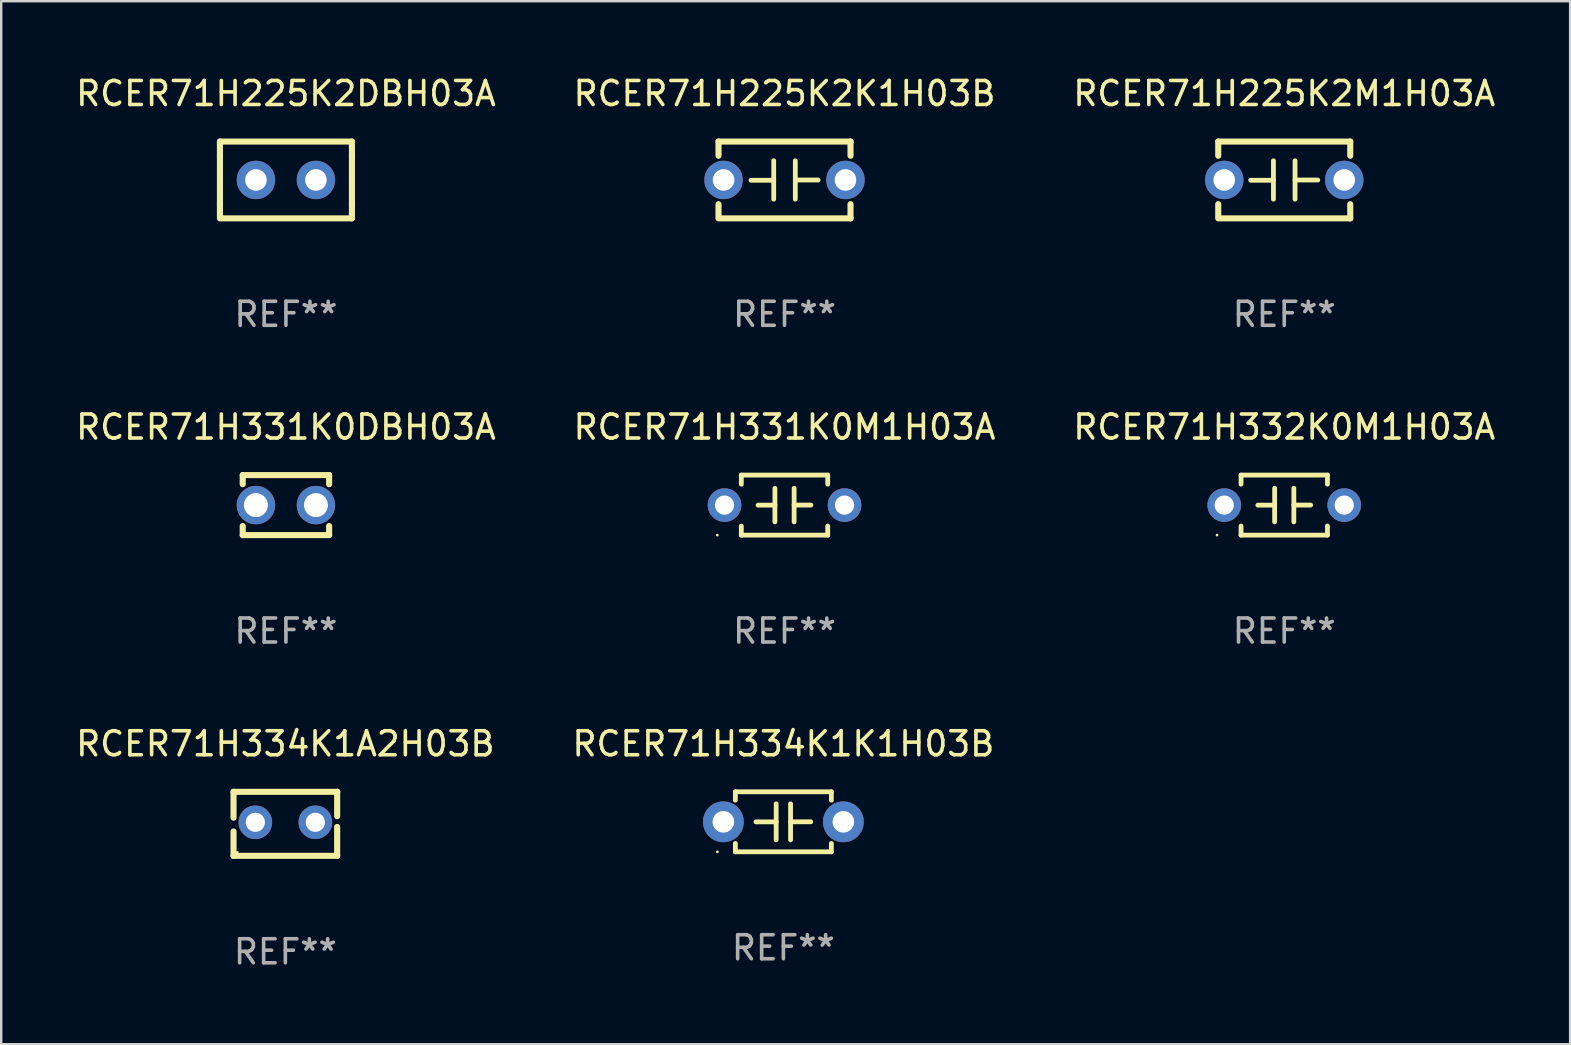
<source format=kicad_pcb>
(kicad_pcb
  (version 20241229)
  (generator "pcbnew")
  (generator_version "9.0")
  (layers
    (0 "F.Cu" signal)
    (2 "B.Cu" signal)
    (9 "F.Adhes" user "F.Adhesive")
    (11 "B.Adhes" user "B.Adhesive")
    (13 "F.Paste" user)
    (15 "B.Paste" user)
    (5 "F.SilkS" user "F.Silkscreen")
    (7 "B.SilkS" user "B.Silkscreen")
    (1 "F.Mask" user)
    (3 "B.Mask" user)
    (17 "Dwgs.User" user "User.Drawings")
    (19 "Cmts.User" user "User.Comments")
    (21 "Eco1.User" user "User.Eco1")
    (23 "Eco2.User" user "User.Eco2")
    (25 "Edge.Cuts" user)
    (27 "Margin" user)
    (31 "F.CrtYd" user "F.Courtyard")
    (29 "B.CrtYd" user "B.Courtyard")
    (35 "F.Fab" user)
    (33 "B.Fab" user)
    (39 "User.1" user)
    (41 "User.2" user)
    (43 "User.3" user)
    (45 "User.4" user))
  (footprint "RCER71H334K1A2H03B"
    (layer "F.Cu")
    (at 8.839 31.275)
    (property "Reference" "RCER71H334K1A2H03B" (at 0 -3.334 0) (layer "F.SilkS") (effects (font (size 1 1) (thickness 0.15))))
    (attr through_hole)
    (fp_line (start -2.159 -1.334) (end 2.159 -1.334) (stroke (width 0.254) (type solid)) (layer "F.SilkS"))
    (fp_line (start -2.159 -0.256) (end -2.159 -1.334) (stroke (width 0.254) (type solid)) (layer "F.SilkS"))
    (fp_line (start -2.159 1.334) (end -2.159 0.318) (stroke (width 0.254) (type solid)) (layer "F.SilkS"))
    (fp_line (start 2.159 -1.334) (end 2.159 -1.334) (stroke (width 0.254) (type solid)) (layer "F.SilkS"))
    (fp_line (start 2.159 -1.334) (end 2.159 -0.318) (stroke (width 0.254) (type solid)) (layer "F.SilkS"))
    (fp_line (start 2.159 0.129) (end 2.159 1.334) (stroke (width 0.254) (type solid)) (layer "F.SilkS"))
    (fp_line (start 2.159 1.334) (end -2.159 1.334) (stroke (width 0.254) (type solid)) (layer "F.SilkS"))
    (fp_circle (center -2 1.186) (end -1.97 1.186) (stroke (width 0.06) (type solid)) (fill no) (layer "F.SilkS"))
    (fp_text user "REF**" (at 0 5.334 0) (layer "F.Fab") (effects (font (size 1 1) (thickness 0.15))))
    (pad "1" thru_hole circle (at -1.25 -0.064) (size 1.4 1.4) (drill 0.8) (layers "*.Cu" "*.Mask"))
    (pad "2" thru_hole circle (at 1.25 -0.064) (size 1.4 1.4) (drill 0.8) (layers "*.Cu" "*.Mask")))
  (footprint "RCER71H331K0M1H03A"
    (layer "F.Cu")
    (at 29.637 17.995)
    (property "Reference" "RCER71H331K0M1H03A" (at 0 -3.25 0) (layer "F.SilkS") (effects (font (size 1 1) (thickness 0.15))))
    (attr through_hole)
    (fp_line (start -1.8 -1.25) (end -1.8 -0.872) (stroke (width 0.2) (type solid)) (layer "F.SilkS"))
    (fp_line (start -1.8 -1.25) (end 1.8 -1.25) (stroke (width 0.2) (type solid)) (layer "F.SilkS"))
    (fp_line (start -1.8 0.872) (end -1.8 1.25) (stroke (width 0.2) (type solid)) (layer "F.SilkS"))
    (fp_line (start -1.8 1.25) (end 1.8 1.25) (stroke (width 0.2) (type solid)) (layer "F.SilkS"))
    (fp_line (start -0.4 -0.7) (end -0.4 0.7) (stroke (width 0.2) (type solid)) (layer "F.SilkS"))
    (fp_line (start -0.4 0.002) (end -1.1 0.002) (stroke (width 0.2) (type solid)) (layer "F.SilkS"))
    (fp_line (start 0.4 -0.001) (end 1.1 -0.001) (stroke (width 0.2) (type solid)) (layer "F.SilkS"))
    (fp_line (start 0.4 0.7) (end 0.4 -0.7) (stroke (width 0.2) (type solid)) (layer "F.SilkS"))
    (fp_line (start 1.8 -1.25) (end 1.8 -0.872) (stroke (width 0.2) (type solid)) (layer "F.SilkS"))
    (fp_line (start 1.8 0.872) (end 1.8 1.25) (stroke (width 0.2) (type solid)) (layer "F.SilkS"))
    (fp_circle (center -2.8 1.25) (end -2.77 1.25) (stroke (width 0.06) (type solid)) (fill no) (layer "F.SilkS"))
    (fp_text user "REF**" (at 0 5.25 0) (layer "F.Fab") (effects (font (size 1 1) (thickness 0.15))))
    (pad "1" thru_hole circle (at -2.5 0) (size 1.4 1.4) (drill 0.8) (layers "*.Cu" "*.Mask"))
    (pad "2" thru_hole circle (at 2.5 0) (size 1.4 1.4) (drill 0.8) (layers "*.Cu" "*.Mask")))
  (footprint "RCER71H332K0M1H03A"
    (layer "F.Cu")
    (at 50.458 17.995)
    (property "Reference" "RCER71H332K0M1H03A" (at 0 -3.25 0) (layer "F.SilkS") (effects (font (size 1 1) (thickness 0.15))))
    (attr through_hole)
    (fp_line (start -1.8 -1.25) (end -1.8 -0.872) (stroke (width 0.2) (type solid)) (layer "F.SilkS"))
    (fp_line (start -1.8 -1.25) (end 1.8 -1.25) (stroke (width 0.2) (type solid)) (layer "F.SilkS"))
    (fp_line (start -1.8 0.872) (end -1.8 1.25) (stroke (width 0.2) (type solid)) (layer "F.SilkS"))
    (fp_line (start -1.8 1.25) (end 1.8 1.25) (stroke (width 0.2) (type solid)) (layer "F.SilkS"))
    (fp_line (start -0.4 -0.7) (end -0.4 0.7) (stroke (width 0.2) (type solid)) (layer "F.SilkS"))
    (fp_line (start -0.4 0.002) (end -1.1 0.002) (stroke (width 0.2) (type solid)) (layer "F.SilkS"))
    (fp_line (start 0.4 -0.001) (end 1.1 -0.001) (stroke (width 0.2) (type solid)) (layer "F.SilkS"))
    (fp_line (start 0.4 0.7) (end 0.4 -0.7) (stroke (width 0.2) (type solid)) (layer "F.SilkS"))
    (fp_line (start 1.8 -1.25) (end 1.8 -0.872) (stroke (width 0.2) (type solid)) (layer "F.SilkS"))
    (fp_line (start 1.8 0.872) (end 1.8 1.25) (stroke (width 0.2) (type solid)) (layer "F.SilkS"))
    (fp_circle (center -2.8 1.25) (end -2.77 1.25) (stroke (width 0.06) (type solid)) (fill no) (layer "F.SilkS"))
    (fp_text user "REF**" (at 0 5.25 0) (layer "F.Fab") (effects (font (size 1 1) (thickness 0.15))))
    (pad "1" thru_hole circle (at -2.5 0) (size 1.4 1.4) (drill 0.8) (layers "*.Cu" "*.Mask"))
    (pad "2" thru_hole circle (at 2.5 0) (size 1.4 1.4) (drill 0.8) (layers "*.Cu" "*.Mask")))
  (footprint "RCER71H225K2DBH03A"
    (layer "F.Cu")
    (at 8.863 4.448)
    (property "Reference" "RCER71H225K2DBH03A" (at 0 -3.6 0) (layer "F.SilkS") (effects (font (size 1 1) (thickness 0.15))))
    (attr through_hole)
    (fp_line (start -2.75 -1.6) (end -2.75 -1.01) (stroke (width 0.254) (type solid)) (layer "F.SilkS"))
    (fp_line (start -2.75 -1.6) (end 2.75 -1.6) (stroke (width 0.254) (type solid)) (layer "F.SilkS"))
    (fp_line (start -2.75 -1.01) (end -2.75 1.01) (stroke (width 0.254) (type solid)) (layer "F.SilkS"))
    (fp_line (start -2.75 1.01) (end -2.75 1.524) (stroke (width 0.254) (type solid)) (layer "F.SilkS"))
    (fp_line (start -2.75 1.6) (end 2.75 1.6) (stroke (width 0.254) (type solid)) (layer "F.SilkS"))
    (fp_line (start 2.75 -1.6) (end 2.75 -1.01) (stroke (width 0.254) (type solid)) (layer "F.SilkS"))
    (fp_line (start 2.75 -1.01) (end 2.75 1.01) (stroke (width 0.254) (type solid)) (layer "F.SilkS"))
    (fp_line (start 2.75 1.01) (end 2.75 1.6) (stroke (width 0.254) (type solid)) (layer "F.SilkS"))
    (fp_circle (center -2.75 1.6) (end -2.72 1.6) (stroke (width 0.06) (type solid)) (fill no) (layer "F.SilkS"))
    (fp_text user "REF**" (at 0 5.6 0) (layer "F.Fab") (effects (font (size 1 1) (thickness 0.15))))
    (pad "1" thru_hole circle (at -1.25 0) (size 1.6 1.6) (drill 0.9) (layers "*.Cu" "*.Mask"))
    (pad "2" thru_hole circle (at 1.25 0) (size 1.6 1.6) (drill 0.9) (layers "*.Cu" "*.Mask")))
  (footprint "RCER71H334K1K1H03B"
    (layer "F.Cu")
    (at 29.589 31.191)
    (property "Reference" "RCER71H334K1K1H03B" (at 0 -3.25 0) (layer "F.SilkS") (effects (font (size 1 1) (thickness 0.15))))
    (attr through_hole)
    (fp_line (start -2 -1.25) (end -2 -0.901) (stroke (width 0.2) (type solid)) (layer "F.SilkS"))
    (fp_line (start -2 -1.25) (end 2 -1.25) (stroke (width 0.2) (type solid)) (layer "F.SilkS"))
    (fp_line (start -2 0.901) (end -2 1.25) (stroke (width 0.2) (type solid)) (layer "F.SilkS"))
    (fp_line (start -0.3 -0.75) (end -0.3 0.75) (stroke (width 0.2) (type solid)) (layer "F.SilkS"))
    (fp_line (start -0.3 0.001) (end -1.143 0.001) (stroke (width 0.2) (type solid)) (layer "F.SilkS"))
    (fp_line (start 0.3 -0.001) (end 1.143 -0.001) (stroke (width 0.2) (type solid)) (layer "F.SilkS"))
    (fp_line (start 0.3 0.75) (end 0.3 -0.75) (stroke (width 0.2) (type solid)) (layer "F.SilkS"))
    (fp_line (start 2 -1.25) (end 2 -0.901) (stroke (width 0.2) (type solid)) (layer "F.SilkS"))
    (fp_line (start 2 0.901) (end 2 1.25) (stroke (width 0.2) (type solid)) (layer "F.SilkS"))
    (fp_line (start 2 1.25) (end -2 1.25) (stroke (width 0.2) (type solid)) (layer "F.SilkS"))
    (fp_circle (center -2.75 1.25) (end -2.72 1.25) (stroke (width 0.06) (type solid)) (fill no) (layer "F.SilkS"))
    (fp_text user "REF**" (at 0 5.25 0) (layer "F.Fab") (effects (font (size 1 1) (thickness 0.15))))
    (pad "1" thru_hole circle (at -2.5 0) (size 1.7 1.7) (drill 0.9) (layers "*.Cu" "*.Mask"))
    (pad "2" thru_hole circle (at 2.5 0) (size 1.7 1.7) (drill 0.9) (layers "*.Cu" "*.Mask")))
  (footprint "RCER71H225K2K1H03B"
    (layer "F.Cu")
    (at 29.637 4.448)
    (property "Reference" "RCER71H225K2K1H03B" (at 0 -3.6 0) (layer "F.SilkS") (effects (font (size 1 1) (thickness 0.15))))
    (attr through_hole)
    (fp_line (start -2.75 -1.6) (end -2.75 -1.009) (stroke (width 0.254) (type solid)) (layer "F.SilkS"))
    (fp_line (start -2.75 -1.6) (end 2.75 -1.6) (stroke (width 0.254) (type solid)) (layer "F.SilkS"))
    (fp_line (start -2.75 1.009) (end -2.75 1.524) (stroke (width 0.254) (type solid)) (layer "F.SilkS"))
    (fp_line (start -2.75 1.6) (end 2.75 1.6) (stroke (width 0.254) (type solid)) (layer "F.SilkS"))
    (fp_line (start -0.45 -0.8) (end -0.45 0.8) (stroke (width 0.2) (type solid)) (layer "F.SilkS"))
    (fp_line (start -0.45 0.013) (end -1.397 0.013) (stroke (width 0.2) (type solid)) (layer "F.SilkS"))
    (fp_line (start 0.45 0.003) (end 1.397 0.003) (stroke (width 0.2) (type solid)) (layer "F.SilkS"))
    (fp_line (start 0.45 0.8) (end 0.45 -0.8) (stroke (width 0.2) (type solid)) (layer "F.SilkS"))
    (fp_line (start 2.75 -1.6) (end 2.75 -1.009) (stroke (width 0.254) (type solid)) (layer "F.SilkS"))
    (fp_line (start 2.75 1.009) (end 2.75 1.6) (stroke (width 0.254) (type solid)) (layer "F.SilkS"))
    (fp_circle (center -2.79 1.6) (end -2.76 1.6) (stroke (width 0.06) (type solid)) (fill no) (layer "F.SilkS"))
    (fp_text user "REF**" (at 0 5.6 0) (layer "F.Fab") (effects (font (size 1 1) (thickness 0.15))))
    (pad "1" thru_hole circle (at -2.54 0) (size 1.6 1.6) (drill 0.9) (layers "*.Cu" "*.Mask"))
    (pad "2" thru_hole circle (at 2.54 0) (size 1.6 1.6) (drill 0.9) (layers "*.Cu" "*.Mask")))
  (footprint "RCER71H225K2M1H03A"
    (layer "F.Cu")
    (at 50.458 4.448)
    (property "Reference" "RCER71H225K2M1H03A" (at 0 -3.6 0) (layer "F.SilkS") (effects (font (size 1 1) (thickness 0.15))))
    (attr through_hole)
    (fp_line (start -2.75 -1.6) (end -2.75 -1.009) (stroke (width 0.254) (type solid)) (layer "F.SilkS"))
    (fp_line (start -2.75 -1.6) (end 2.75 -1.6) (stroke (width 0.254) (type solid)) (layer "F.SilkS"))
    (fp_line (start -2.75 1.009) (end -2.75 1.524) (stroke (width 0.254) (type solid)) (layer "F.SilkS"))
    (fp_line (start -2.75 1.6) (end 2.75 1.6) (stroke (width 0.254) (type solid)) (layer "F.SilkS"))
    (fp_line (start -0.45 -0.8) (end -0.45 0.8) (stroke (width 0.2) (type solid)) (layer "F.SilkS"))
    (fp_line (start -0.45 0.013) (end -1.397 0.013) (stroke (width 0.2) (type solid)) (layer "F.SilkS"))
    (fp_line (start 0.45 0.003) (end 1.397 0.003) (stroke (width 0.2) (type solid)) (layer "F.SilkS"))
    (fp_line (start 0.45 0.8) (end 0.45 -0.8) (stroke (width 0.2) (type solid)) (layer "F.SilkS"))
    (fp_line (start 2.75 -1.6) (end 2.75 -1.009) (stroke (width 0.254) (type solid)) (layer "F.SilkS"))
    (fp_line (start 2.75 1.009) (end 2.75 1.6) (stroke (width 0.254) (type solid)) (layer "F.SilkS"))
    (fp_circle (center -2.75 1.6) (end -2.72 1.6) (stroke (width 0.06) (type solid)) (fill no) (layer "F.SilkS"))
    (fp_text user "REF**" (at 0 5.6 0) (layer "F.Fab") (effects (font (size 1 1) (thickness 0.15))))
    (pad "1" thru_hole circle (at -2.5 0) (size 1.6 1.6) (drill 0.9) (layers "*.Cu" "*.Mask"))
    (pad "2" thru_hole circle (at 2.5 0) (size 1.6 1.6) (drill 0.9) (layers "*.Cu" "*.Mask")))
  (footprint "RCER71H331K0DBH03A"
    (layer "F.Cu")
    (at 8.863 17.995)
    (property "Reference" "RCER71H331K0DBH03A" (at 0 -3.25 0) (layer "F.SilkS") (effects (font (size 1 1) (thickness 0.15))))
    (attr through_hole)
    (fp_line (start -1.8 -1.25) (end -1.8 -0.872) (stroke (width 0.254) (type solid)) (layer "F.SilkS"))
    (fp_line (start -1.8 -1.25) (end 1.8 -1.25) (stroke (width 0.254) (type solid)) (layer "F.SilkS"))
    (fp_line (start -1.8 0.872) (end -1.8 1.25) (stroke (width 0.254) (type solid)) (layer "F.SilkS"))
    (fp_line (start -1.8 1.25) (end 1.8 1.25) (stroke (width 0.254) (type solid)) (layer "F.SilkS"))
    (fp_line (start 1.8 -1.25) (end 1.8 -0.872) (stroke (width 0.254) (type solid)) (layer "F.SilkS"))
    (fp_line (start 1.8 0.872) (end 1.8 1.25) (stroke (width 0.254) (type solid)) (layer "F.SilkS"))
    (fp_circle (center -1.8 1.25) (end -1.77 1.25) (stroke (width 0.06) (type solid)) (fill no) (layer "F.SilkS"))
    (fp_text user "REF**" (at 0 5.25 0) (layer "F.Fab") (effects (font (size 1 1) (thickness 0.15))))
    (pad "1" thru_hole circle (at -1.25 0) (size 1.6 1.6) (drill 1) (layers "*.Cu" "*.Mask"))
    (pad "2" thru_hole circle (at 1.25 0) (size 1.6 1.6) (drill 1) (layers "*.Cu" "*.Mask")))
  (gr_rect
    (start -3 -3)
    (end 62.369 40.457)
    (stroke (width 0.1) (type default))
    (fill no)
    (layer "Edge.Cuts")))
</source>
